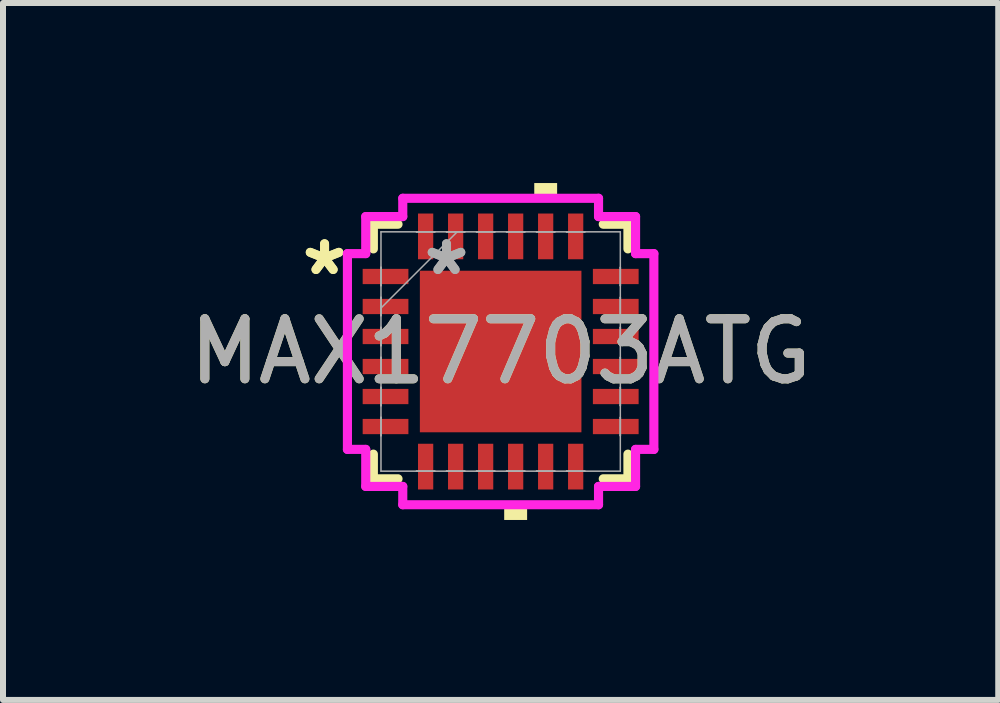
<source format=kicad_pcb>
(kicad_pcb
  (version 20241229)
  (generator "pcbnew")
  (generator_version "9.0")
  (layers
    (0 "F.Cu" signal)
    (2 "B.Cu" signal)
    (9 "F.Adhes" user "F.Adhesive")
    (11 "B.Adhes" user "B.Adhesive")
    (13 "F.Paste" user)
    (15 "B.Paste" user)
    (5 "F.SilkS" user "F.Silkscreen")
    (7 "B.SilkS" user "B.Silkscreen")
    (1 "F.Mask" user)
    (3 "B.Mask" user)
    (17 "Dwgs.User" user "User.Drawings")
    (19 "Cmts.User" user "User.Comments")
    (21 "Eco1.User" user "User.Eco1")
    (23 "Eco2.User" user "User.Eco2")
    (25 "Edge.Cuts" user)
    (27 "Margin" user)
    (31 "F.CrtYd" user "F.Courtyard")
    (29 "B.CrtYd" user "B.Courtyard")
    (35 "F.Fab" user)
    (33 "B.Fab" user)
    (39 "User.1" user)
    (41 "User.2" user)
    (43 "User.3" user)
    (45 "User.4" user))
  (footprint "MAX17703ATG"
    (layer "F.Cu")
    (at 5.292 2.807)
    (property "Reference" "MAX17703ATG" (at 0 0 0) (unlocked yes) (layer "F.SilkS") (effects (font (size 1 1) (thickness 0.15))))
    (attr smd)
    (fp_line (start -2.121 -2.121) (end -2.121 -1.71) (stroke (width 0.152) (type solid)) (layer "F.SilkS"))
    (fp_line (start -2.121 1.71) (end -2.121 2.121) (stroke (width 0.152) (type solid)) (layer "F.SilkS"))
    (fp_line (start -2.121 2.121) (end -1.71 2.121) (stroke (width 0.152) (type solid)) (layer "F.SilkS"))
    (fp_line (start -1.71 -2.121) (end -2.121 -2.121) (stroke (width 0.152) (type solid)) (layer "F.SilkS"))
    (fp_line (start 1.71 2.121) (end 2.121 2.121) (stroke (width 0.152) (type solid)) (layer "F.SilkS"))
    (fp_line (start 2.121 -2.121) (end 1.71 -2.121) (stroke (width 0.152) (type solid)) (layer "F.SilkS"))
    (fp_line (start 2.121 -1.71) (end 2.121 -2.121) (stroke (width 0.152) (type solid)) (layer "F.SilkS"))
    (fp_line (start 2.121 2.121) (end 2.121 1.71) (stroke (width 0.152) (type solid)) (layer "F.SilkS"))
    (fp_poly (pts (xy 0.059 2.553) (xy 0.059 2.807) (xy 0.441 2.807) (xy 0.441 2.553)) (stroke (width 0) (type solid)) (fill yes) (layer "F.SilkS"))
    (fp_poly (pts (xy 0.56 -2.553) (xy 0.56 -2.807) (xy 0.941 -2.807) (xy 0.941 -2.553)) (stroke (width 0) (type solid)) (fill yes) (layer "F.SilkS"))
    (fp_line (start -2.553 -1.631) (end -2.248 -1.631) (stroke (width 0.152) (type solid)) (layer "F.CrtYd"))
    (fp_line (start -2.553 1.631) (end -2.553 -1.631) (stroke (width 0.152) (type solid)) (layer "F.CrtYd"))
    (fp_line (start -2.248 -2.248) (end -1.631 -2.248) (stroke (width 0.152) (type solid)) (layer "F.CrtYd"))
    (fp_line (start -2.248 -1.631) (end -2.248 -2.248) (stroke (width 0.152) (type solid)) (layer "F.CrtYd"))
    (fp_line (start -2.248 1.631) (end -2.553 1.631) (stroke (width 0.152) (type solid)) (layer "F.CrtYd"))
    (fp_line (start -2.248 2.248) (end -2.248 1.631) (stroke (width 0.152) (type solid)) (layer "F.CrtYd"))
    (fp_line (start -1.631 -2.553) (end 1.631 -2.553) (stroke (width 0.152) (type solid)) (layer "F.CrtYd"))
    (fp_line (start -1.631 -2.248) (end -1.631 -2.553) (stroke (width 0.152) (type solid)) (layer "F.CrtYd"))
    (fp_line (start -1.631 2.248) (end -2.248 2.248) (stroke (width 0.152) (type solid)) (layer "F.CrtYd"))
    (fp_line (start -1.631 2.553) (end -1.631 2.248) (stroke (width 0.152) (type solid)) (layer "F.CrtYd"))
    (fp_line (start 1.631 -2.553) (end 1.631 -2.248) (stroke (width 0.152) (type solid)) (layer "F.CrtYd"))
    (fp_line (start 1.631 -2.248) (end 2.248 -2.248) (stroke (width 0.152) (type solid)) (layer "F.CrtYd"))
    (fp_line (start 1.631 2.248) (end 1.631 2.553) (stroke (width 0.152) (type solid)) (layer "F.CrtYd"))
    (fp_line (start 1.631 2.553) (end -1.631 2.553) (stroke (width 0.152) (type solid)) (layer "F.CrtYd"))
    (fp_line (start 2.248 -2.248) (end 2.248 -1.631) (stroke (width 0.152) (type solid)) (layer "F.CrtYd"))
    (fp_line (start 2.248 -1.631) (end 2.553 -1.631) (stroke (width 0.152) (type solid)) (layer "F.CrtYd"))
    (fp_line (start 2.248 1.631) (end 2.248 2.248) (stroke (width 0.152) (type solid)) (layer "F.CrtYd"))
    (fp_line (start 2.248 2.248) (end 1.631 2.248) (stroke (width 0.152) (type solid)) (layer "F.CrtYd"))
    (fp_line (start 2.553 -1.631) (end 2.553 1.631) (stroke (width 0.152) (type solid)) (layer "F.CrtYd"))
    (fp_line (start 2.553 1.631) (end 2.248 1.631) (stroke (width 0.152) (type solid)) (layer "F.CrtYd"))
    (fp_line (start -1.994 -1.994) (end -1.994 1.994) (stroke (width 0.025) (type solid)) (layer "F.Fab"))
    (fp_line (start -1.994 -1.402) (end -1.994 -1.402) (stroke (width 0.025) (type solid)) (layer "F.Fab"))
    (fp_line (start -1.994 -1.402) (end -1.994 -1.098) (stroke (width 0.025) (type solid)) (layer "F.Fab"))
    (fp_line (start -1.994 -1.098) (end -1.994 -1.402) (stroke (width 0.025) (type solid)) (layer "F.Fab"))
    (fp_line (start -1.994 -1.098) (end -1.994 -1.098) (stroke (width 0.025) (type solid)) (layer "F.Fab"))
    (fp_line (start -1.994 -0.902) (end -1.994 -0.902) (stroke (width 0.025) (type solid)) (layer "F.Fab"))
    (fp_line (start -1.994 -0.902) (end -1.994 -0.598) (stroke (width 0.025) (type solid)) (layer "F.Fab"))
    (fp_line (start -1.994 -0.724) (end -0.724 -1.994) (stroke (width 0.025) (type solid)) (layer "F.Fab"))
    (fp_line (start -1.994 -0.598) (end -1.994 -0.902) (stroke (width 0.025) (type solid)) (layer "F.Fab"))
    (fp_line (start -1.994 -0.598) (end -1.994 -0.598) (stroke (width 0.025) (type solid)) (layer "F.Fab"))
    (fp_line (start -1.994 -0.402) (end -1.994 -0.402) (stroke (width 0.025) (type solid)) (layer "F.Fab"))
    (fp_line (start -1.994 -0.402) (end -1.994 -0.098) (stroke (width 0.025) (type solid)) (layer "F.Fab"))
    (fp_line (start -1.994 -0.098) (end -1.994 -0.402) (stroke (width 0.025) (type solid)) (layer "F.Fab"))
    (fp_line (start -1.994 -0.098) (end -1.994 -0.098) (stroke (width 0.025) (type solid)) (layer "F.Fab"))
    (fp_line (start -1.994 0.098) (end -1.994 0.098) (stroke (width 0.025) (type solid)) (layer "F.Fab"))
    (fp_line (start -1.994 0.098) (end -1.994 0.402) (stroke (width 0.025) (type solid)) (layer "F.Fab"))
    (fp_line (start -1.994 0.402) (end -1.994 0.098) (stroke (width 0.025) (type solid)) (layer "F.Fab"))
    (fp_line (start -1.994 0.402) (end -1.994 0.402) (stroke (width 0.025) (type solid)) (layer "F.Fab"))
    (fp_line (start -1.994 0.598) (end -1.994 0.598) (stroke (width 0.025) (type solid)) (layer "F.Fab"))
    (fp_line (start -1.994 0.598) (end -1.994 0.902) (stroke (width 0.025) (type solid)) (layer "F.Fab"))
    (fp_line (start -1.994 0.902) (end -1.994 0.598) (stroke (width 0.025) (type solid)) (layer "F.Fab"))
    (fp_line (start -1.994 0.902) (end -1.994 0.902) (stroke (width 0.025) (type solid)) (layer "F.Fab"))
    (fp_line (start -1.994 1.098) (end -1.994 1.098) (stroke (width 0.025) (type solid)) (layer "F.Fab"))
    (fp_line (start -1.994 1.098) (end -1.994 1.402) (stroke (width 0.025) (type solid)) (layer "F.Fab"))
    (fp_line (start -1.994 1.402) (end -1.994 1.098) (stroke (width 0.025) (type solid)) (layer "F.Fab"))
    (fp_line (start -1.994 1.402) (end -1.994 1.402) (stroke (width 0.025) (type solid)) (layer "F.Fab"))
    (fp_line (start -1.994 1.994) (end 1.994 1.994) (stroke (width 0.025) (type solid)) (layer "F.Fab"))
    (fp_line (start -1.402 -1.994) (end -1.402 -1.994) (stroke (width 0.025) (type solid)) (layer "F.Fab"))
    (fp_line (start -1.402 -1.994) (end -1.098 -1.994) (stroke (width 0.025) (type solid)) (layer "F.Fab"))
    (fp_line (start -1.402 1.994) (end -1.402 1.994) (stroke (width 0.025) (type solid)) (layer "F.Fab"))
    (fp_line (start -1.402 1.994) (end -1.098 1.994) (stroke (width 0.025) (type solid)) (layer "F.Fab"))
    (fp_line (start -1.098 -1.994) (end -1.402 -1.994) (stroke (width 0.025) (type solid)) (layer "F.Fab"))
    (fp_line (start -1.098 -1.994) (end -1.098 -1.994) (stroke (width 0.025) (type solid)) (layer "F.Fab"))
    (fp_line (start -1.098 1.994) (end -1.402 1.994) (stroke (width 0.025) (type solid)) (layer "F.Fab"))
    (fp_line (start -1.098 1.994) (end -1.098 1.994) (stroke (width 0.025) (type solid)) (layer "F.Fab"))
    (fp_line (start -0.902 -1.994) (end -0.902 -1.994) (stroke (width 0.025) (type solid)) (layer "F.Fab"))
    (fp_line (start -0.902 -1.994) (end -0.598 -1.994) (stroke (width 0.025) (type solid)) (layer "F.Fab"))
    (fp_line (start -0.902 1.994) (end -0.902 1.994) (stroke (width 0.025) (type solid)) (layer "F.Fab"))
    (fp_line (start -0.902 1.994) (end -0.598 1.994) (stroke (width 0.025) (type solid)) (layer "F.Fab"))
    (fp_line (start -0.598 -1.994) (end -0.902 -1.994) (stroke (width 0.025) (type solid)) (layer "F.Fab"))
    (fp_line (start -0.598 -1.994) (end -0.598 -1.994) (stroke (width 0.025) (type solid)) (layer "F.Fab"))
    (fp_line (start -0.598 1.994) (end -0.902 1.994) (stroke (width 0.025) (type solid)) (layer "F.Fab"))
    (fp_line (start -0.598 1.994) (end -0.598 1.994) (stroke (width 0.025) (type solid)) (layer "F.Fab"))
    (fp_line (start -0.402 -1.994) (end -0.402 -1.994) (stroke (width 0.025) (type solid)) (layer "F.Fab"))
    (fp_line (start -0.402 -1.994) (end -0.098 -1.994) (stroke (width 0.025) (type solid)) (layer "F.Fab"))
    (fp_line (start -0.402 1.994) (end -0.402 1.994) (stroke (width 0.025) (type solid)) (layer "F.Fab"))
    (fp_line (start -0.402 1.994) (end -0.098 1.994) (stroke (width 0.025) (type solid)) (layer "F.Fab"))
    (fp_line (start -0.098 -1.994) (end -0.402 -1.994) (stroke (width 0.025) (type solid)) (layer "F.Fab"))
    (fp_line (start -0.098 -1.994) (end -0.098 -1.994) (stroke (width 0.025) (type solid)) (layer "F.Fab"))
    (fp_line (start -0.098 1.994) (end -0.402 1.994) (stroke (width 0.025) (type solid)) (layer "F.Fab"))
    (fp_line (start -0.098 1.994) (end -0.098 1.994) (stroke (width 0.025) (type solid)) (layer "F.Fab"))
    (fp_line (start 0.098 -1.994) (end 0.098 -1.994) (stroke (width 0.025) (type solid)) (layer "F.Fab"))
    (fp_line (start 0.098 -1.994) (end 0.402 -1.994) (stroke (width 0.025) (type solid)) (layer "F.Fab"))
    (fp_line (start 0.098 1.994) (end 0.098 1.994) (stroke (width 0.025) (type solid)) (layer "F.Fab"))
    (fp_line (start 0.098 1.994) (end 0.402 1.994) (stroke (width 0.025) (type solid)) (layer "F.Fab"))
    (fp_line (start 0.402 -1.994) (end 0.098 -1.994) (stroke (width 0.025) (type solid)) (layer "F.Fab"))
    (fp_line (start 0.402 -1.994) (end 0.402 -1.994) (stroke (width 0.025) (type solid)) (layer "F.Fab"))
    (fp_line (start 0.402 1.994) (end 0.098 1.994) (stroke (width 0.025) (type solid)) (layer "F.Fab"))
    (fp_line (start 0.402 1.994) (end 0.402 1.994) (stroke (width 0.025) (type solid)) (layer "F.Fab"))
    (fp_line (start 0.598 -1.994) (end 0.598 -1.994) (stroke (width 0.025) (type solid)) (layer "F.Fab"))
    (fp_line (start 0.598 -1.994) (end 0.902 -1.994) (stroke (width 0.025) (type solid)) (layer "F.Fab"))
    (fp_line (start 0.598 1.994) (end 0.598 1.994) (stroke (width 0.025) (type solid)) (layer "F.Fab"))
    (fp_line (start 0.598 1.994) (end 0.902 1.994) (stroke (width 0.025) (type solid)) (layer "F.Fab"))
    (fp_line (start 0.902 -1.994) (end 0.598 -1.994) (stroke (width 0.025) (type solid)) (layer "F.Fab"))
    (fp_line (start 0.902 -1.994) (end 0.902 -1.994) (stroke (width 0.025) (type solid)) (layer "F.Fab"))
    (fp_line (start 0.902 1.994) (end 0.598 1.994) (stroke (width 0.025) (type solid)) (layer "F.Fab"))
    (fp_line (start 0.902 1.994) (end 0.902 1.994) (stroke (width 0.025) (type solid)) (layer "F.Fab"))
    (fp_line (start 1.098 -1.994) (end 1.098 -1.994) (stroke (width 0.025) (type solid)) (layer "F.Fab"))
    (fp_line (start 1.098 -1.994) (end 1.402 -1.994) (stroke (width 0.025) (type solid)) (layer "F.Fab"))
    (fp_line (start 1.098 1.994) (end 1.098 1.994) (stroke (width 0.025) (type solid)) (layer "F.Fab"))
    (fp_line (start 1.098 1.994) (end 1.402 1.994) (stroke (width 0.025) (type solid)) (layer "F.Fab"))
    (fp_line (start 1.402 -1.994) (end 1.098 -1.994) (stroke (width 0.025) (type solid)) (layer "F.Fab"))
    (fp_line (start 1.402 -1.994) (end 1.402 -1.994) (stroke (width 0.025) (type solid)) (layer "F.Fab"))
    (fp_line (start 1.402 1.994) (end 1.098 1.994) (stroke (width 0.025) (type solid)) (layer "F.Fab"))
    (fp_line (start 1.402 1.994) (end 1.402 1.994) (stroke (width 0.025) (type solid)) (layer "F.Fab"))
    (fp_line (start 1.994 -1.994) (end -1.994 -1.994) (stroke (width 0.025) (type solid)) (layer "F.Fab"))
    (fp_line (start 1.994 -1.402) (end 1.994 -1.402) (stroke (width 0.025) (type solid)) (layer "F.Fab"))
    (fp_line (start 1.994 -1.402) (end 1.994 -1.098) (stroke (width 0.025) (type solid)) (layer "F.Fab"))
    (fp_line (start 1.994 -1.098) (end 1.994 -1.402) (stroke (width 0.025) (type solid)) (layer "F.Fab"))
    (fp_line (start 1.994 -1.098) (end 1.994 -1.098) (stroke (width 0.025) (type solid)) (layer "F.Fab"))
    (fp_line (start 1.994 -0.902) (end 1.994 -0.902) (stroke (width 0.025) (type solid)) (layer "F.Fab"))
    (fp_line (start 1.994 -0.902) (end 1.994 -0.598) (stroke (width 0.025) (type solid)) (layer "F.Fab"))
    (fp_line (start 1.994 -0.598) (end 1.994 -0.902) (stroke (width 0.025) (type solid)) (layer "F.Fab"))
    (fp_line (start 1.994 -0.598) (end 1.994 -0.598) (stroke (width 0.025) (type solid)) (layer "F.Fab"))
    (fp_line (start 1.994 -0.402) (end 1.994 -0.402) (stroke (width 0.025) (type solid)) (layer "F.Fab"))
    (fp_line (start 1.994 -0.402) (end 1.994 -0.098) (stroke (width 0.025) (type solid)) (layer "F.Fab"))
    (fp_line (start 1.994 -0.098) (end 1.994 -0.402) (stroke (width 0.025) (type solid)) (layer "F.Fab"))
    (fp_line (start 1.994 -0.098) (end 1.994 -0.098) (stroke (width 0.025) (type solid)) (layer "F.Fab"))
    (fp_line (start 1.994 0.098) (end 1.994 0.098) (stroke (width 0.025) (type solid)) (layer "F.Fab"))
    (fp_line (start 1.994 0.098) (end 1.994 0.402) (stroke (width 0.025) (type solid)) (layer "F.Fab"))
    (fp_line (start 1.994 0.402) (end 1.994 0.098) (stroke (width 0.025) (type solid)) (layer "F.Fab"))
    (fp_line (start 1.994 0.402) (end 1.994 0.402) (stroke (width 0.025) (type solid)) (layer "F.Fab"))
    (fp_line (start 1.994 0.598) (end 1.994 0.598) (stroke (width 0.025) (type solid)) (layer "F.Fab"))
    (fp_line (start 1.994 0.598) (end 1.994 0.902) (stroke (width 0.025) (type solid)) (layer "F.Fab"))
    (fp_line (start 1.994 0.902) (end 1.994 0.598) (stroke (width 0.025) (type solid)) (layer "F.Fab"))
    (fp_line (start 1.994 0.902) (end 1.994 0.902) (stroke (width 0.025) (type solid)) (layer "F.Fab"))
    (fp_line (start 1.994 1.098) (end 1.994 1.098) (stroke (width 0.025) (type solid)) (layer "F.Fab"))
    (fp_line (start 1.994 1.098) (end 1.994 1.402) (stroke (width 0.025) (type solid)) (layer "F.Fab"))
    (fp_line (start 1.994 1.402) (end 1.994 1.098) (stroke (width 0.025) (type solid)) (layer "F.Fab"))
    (fp_line (start 1.994 1.402) (end 1.994 1.402) (stroke (width 0.025) (type solid)) (layer "F.Fab"))
    (fp_line (start 1.994 1.994) (end 1.994 -1.994) (stroke (width 0.025) (type solid)) (layer "F.Fab"))
    (fp_text user "*" (at -2.934 -1.25 0) (unlocked yes) (layer "F.SilkS") (effects (font (size 1 1) (thickness 0.15))))
    (fp_text user "*" (at -2.934 -1.25 0) (layer "F.SilkS") (effects (font (size 1 1) (thickness 0.15))))
    (fp_text user "${REFERENCE}" (at 0 0 0) (unlocked yes) (layer "F.Fab") (effects (font (size 1 1) (thickness 0.15))))
    (fp_text user "*" (at -0.902 -1.25 0) (unlocked yes) (layer "F.Fab") (effects (font (size 1 1) (thickness 0.15))))
    (fp_text user "*" (at -0.902 -1.25 0) (layer "F.Fab") (effects (font (size 1 1) (thickness 0.15))))
    (pad "1" smd rect (at -1.918 -1.25 90) (size 0.254 0.762) (layers "F.Cu" "F.Mask" "F.Paste"))
    (pad "2" smd rect (at -1.918 -0.75 90) (size 0.254 0.762) (layers "F.Cu" "F.Mask" "F.Paste"))
    (pad "3" smd rect (at -1.918 -0.25 90) (size 0.254 0.762) (layers "F.Cu" "F.Mask" "F.Paste"))
    (pad "4" smd rect (at -1.918 0.25 90) (size 0.254 0.762) (layers "F.Cu" "F.Mask" "F.Paste"))
    (pad "5" smd rect (at -1.918 0.75 90) (size 0.254 0.762) (layers "F.Cu" "F.Mask" "F.Paste"))
    (pad "6" smd rect (at -1.918 1.25 90) (size 0.254 0.762) (layers "F.Cu" "F.Mask" "F.Paste"))
    (pad "7" smd rect (at -1.25 1.918) (size 0.254 0.762) (layers "F.Cu" "F.Mask" "F.Paste"))
    (pad "8" smd rect (at -0.75 1.918) (size 0.254 0.762) (layers "F.Cu" "F.Mask" "F.Paste"))
    (pad "9" smd rect (at -0.25 1.918) (size 0.254 0.762) (layers "F.Cu" "F.Mask" "F.Paste"))
    (pad "10" smd rect (at 0.25 1.918) (size 0.254 0.762) (layers "F.Cu" "F.Mask" "F.Paste"))
    (pad "11" smd rect (at 0.75 1.918) (size 0.254 0.762) (layers "F.Cu" "F.Mask" "F.Paste"))
    (pad "12" smd rect (at 1.25 1.918) (size 0.254 0.762) (layers "F.Cu" "F.Mask" "F.Paste"))
    (pad "13" smd rect (at 1.918 1.25 90) (size 0.254 0.762) (layers "F.Cu" "F.Mask" "F.Paste"))
    (pad "14" smd rect (at 1.918 0.75 90) (size 0.254 0.762) (layers "F.Cu" "F.Mask" "F.Paste"))
    (pad "15" smd rect (at 1.918 0.25 90) (size 0.254 0.762) (layers "F.Cu" "F.Mask" "F.Paste"))
    (pad "16" smd rect (at 1.918 -0.25 90) (size 0.254 0.762) (layers "F.Cu" "F.Mask" "F.Paste"))
    (pad "17" smd rect (at 1.918 -0.75 90) (size 0.254 0.762) (layers "F.Cu" "F.Mask" "F.Paste"))
    (pad "18" smd rect (at 1.918 -1.25 90) (size 0.254 0.762) (layers "F.Cu" "F.Mask" "F.Paste"))
    (pad "19" smd rect (at 1.25 -1.918) (size 0.254 0.762) (layers "F.Cu" "F.Mask" "F.Paste"))
    (pad "20" smd rect (at 0.75 -1.918) (size 0.254 0.762) (layers "F.Cu" "F.Mask" "F.Paste"))
    (pad "21" smd rect (at 0.25 -1.918) (size 0.254 0.762) (layers "F.Cu" "F.Mask" "F.Paste"))
    (pad "22" smd rect (at -0.25 -1.918) (size 0.254 0.762) (layers "F.Cu" "F.Mask" "F.Paste"))
    (pad "23" smd rect (at -0.75 -1.918) (size 0.254 0.762) (layers "F.Cu" "F.Mask" "F.Paste"))
    (pad "24" smd rect (at -1.25 -1.918) (size 0.254 0.762) (layers "F.Cu" "F.Mask" "F.Paste"))
    (pad "25" smd rect (at 0 0) (size 2.692 2.692) (layers "F.Cu" "F.Mask" "F.Paste")))
  (gr_rect
    (start -3 -3)
    (end 13.583 8.613)
    (stroke (width 0.1) (type default))
    (fill no)
    (layer "Edge.Cuts")))
</source>
